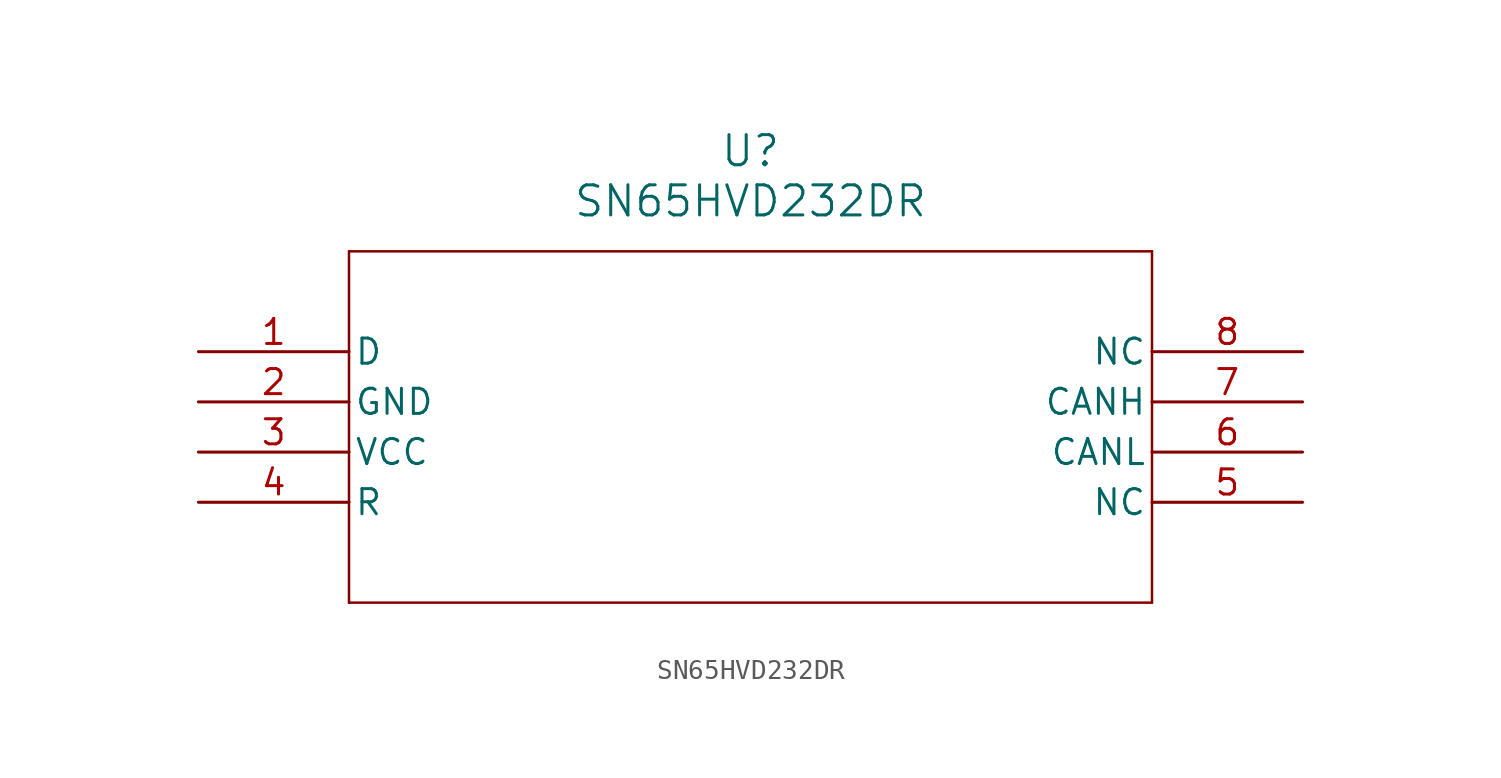
<source format=kicad_sym>
(kicad_symbol_lib
  (version 20211014)
  (generator kicad_symbol_editor)
  (symbol "SN65HVD232DR"
    (pin_names
      (offset 0.254))
    (property "Reference" "U"
      (at 27.94 10.16 0)
      (effects (font (size 1.524 1.524))))
    (property "Value" "SN65HVD232DR"
      (at 27.94 7.62 0)
      (effects (font (size 1.524 1.524))))
    (symbol "SN65HVD232DR_0_1"
      (polyline (pts (xy 7.62 5.08) (xy 7.62 -12.7)) (stroke (width 0.127) (type default) (color 0 0 0 0)) (fill (type none)))
      (polyline (pts (xy 7.62 -12.7) (xy 48.26 -12.7)) (stroke (width 0.127) (type default) (color 0 0 0 0)) (fill (type none)))
      (polyline (pts (xy 48.26 -12.7) (xy 48.26 5.08)) (stroke (width 0.127) (type default) (color 0 0 0 0)) (fill (type none)))
      (polyline (pts (xy 48.26 5.08) (xy 7.62 5.08)) (stroke (width 0.127) (type default) (color 0 0 0 0)) (fill (type none)))
      (pin input line (at 0 0 0) (length 7.62) (name "D" (effects (font (size 1.27 1.27)))) (number "1" (effects (font (size 1.27 1.27)))))
      (pin power_in line (at 0 -2.54 0) (length 7.62) (name "GND" (effects (font (size 1.27 1.27)))) (number "2" (effects (font (size 1.27 1.27)))))
      (pin power_in line (at 0 -5.08 0) (length 7.62) (name "VCC" (effects (font (size 1.27 1.27)))) (number "3" (effects (font (size 1.27 1.27)))))
      (pin input line (at 0 -7.62 0) (length 7.62) (name "R" (effects (font (size 1.27 1.27)))) (number "4" (effects (font (size 1.27 1.27)))))
      (pin unspecified line (at 55.88 -7.62 180) (length 7.62) (name "NC" (effects (font (size 1.27 1.27)))) (number "5" (effects (font (size 1.27 1.27)))))
      (pin output line (at 55.88 -5.08 180) (length 7.62) (name "CANL" (effects (font (size 1.27 1.27)))) (number "6" (effects (font (size 1.27 1.27)))))
      (pin output line (at 55.88 -2.54 180) (length 7.62) (name "CANH" (effects (font (size 1.27 1.27)))) (number "7" (effects (font (size 1.27 1.27)))))
      (pin unspecified line (at 55.88 0 180) (length 7.62) (name "NC" (effects (font (size 1.27 1.27)))) (number "8" (effects (font (size 1.27 1.27))))))))
</source>
